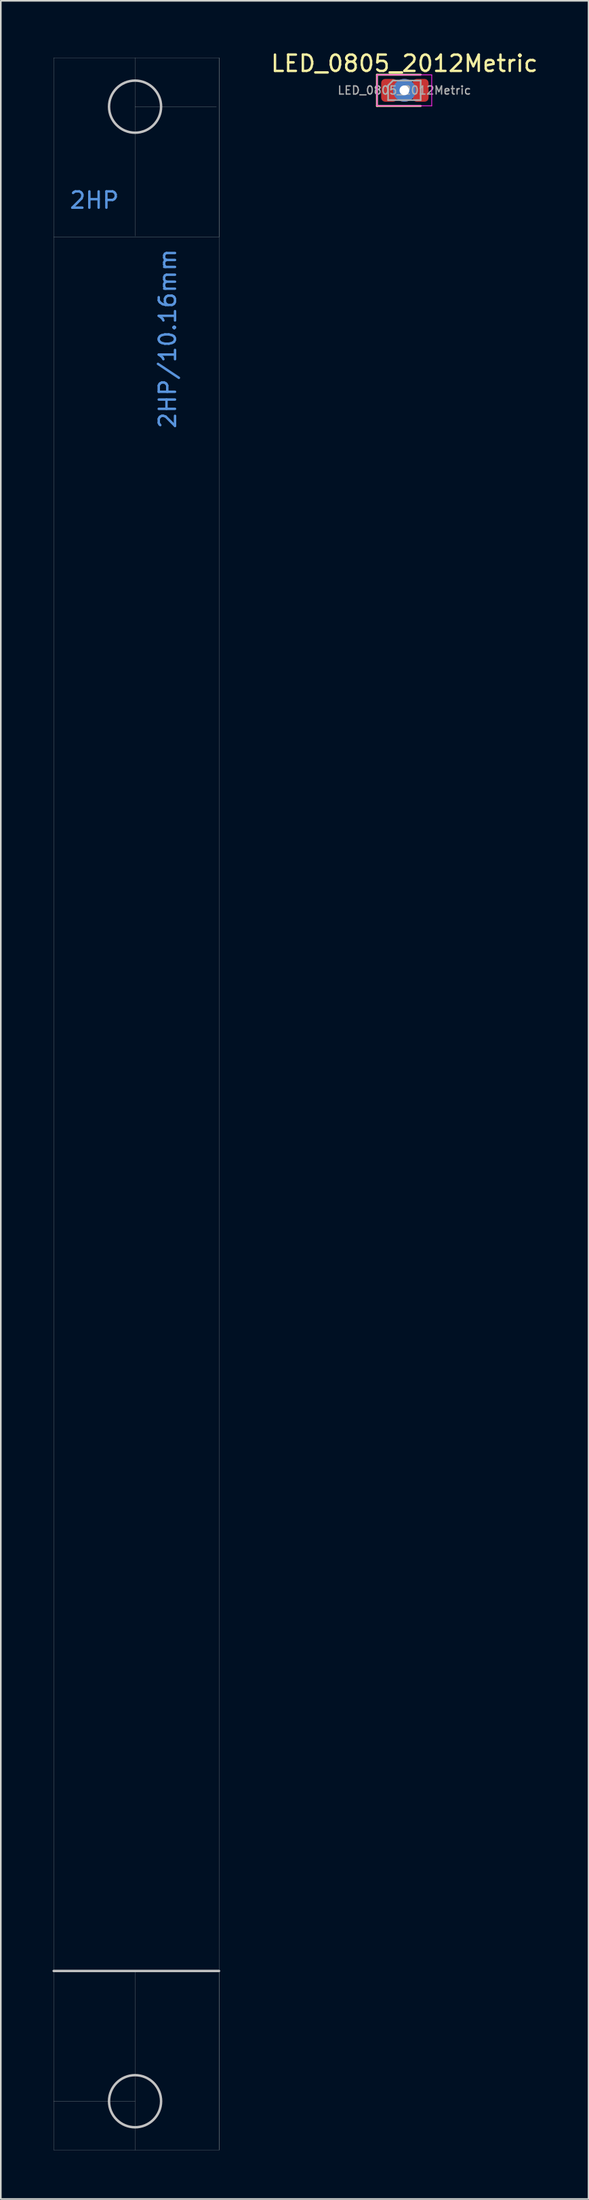
<source format=kicad_pcb>
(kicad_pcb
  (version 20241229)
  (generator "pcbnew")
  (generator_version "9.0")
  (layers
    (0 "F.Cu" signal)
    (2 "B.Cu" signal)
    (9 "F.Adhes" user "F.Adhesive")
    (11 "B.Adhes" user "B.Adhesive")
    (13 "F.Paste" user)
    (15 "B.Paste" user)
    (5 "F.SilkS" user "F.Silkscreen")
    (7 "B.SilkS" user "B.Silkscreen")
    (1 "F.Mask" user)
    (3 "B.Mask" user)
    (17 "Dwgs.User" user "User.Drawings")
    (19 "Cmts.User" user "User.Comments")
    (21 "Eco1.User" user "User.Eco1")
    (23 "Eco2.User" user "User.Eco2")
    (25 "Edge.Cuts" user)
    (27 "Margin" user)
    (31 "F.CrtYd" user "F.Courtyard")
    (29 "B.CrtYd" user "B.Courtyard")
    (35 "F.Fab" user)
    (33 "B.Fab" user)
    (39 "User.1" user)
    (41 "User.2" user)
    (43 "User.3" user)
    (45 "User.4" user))
  (footprint "LED_0805_2012Metric"
    (layer "F.Cu")
    (at 21.8 2.498)
    (property "Reference" "LED_0805_2012Metric" (at 0 -1.65 0) (layer "F.SilkS") (effects (font (size 1 1) (thickness 0.15))))
    (attr smd)
    (fp_line (start -1.685 -0.96) (end -1.685 0.96) (stroke (width 0.12) (type solid)) (layer "F.SilkS"))
    (fp_line (start -1.685 0.96) (end 1 0.96) (stroke (width 0.12) (type solid)) (layer "F.SilkS"))
    (fp_line (start 1 -0.96) (end -1.685 -0.96) (stroke (width 0.12) (type solid)) (layer "F.SilkS"))
    (fp_line (start -1.68 -0.95) (end 1.68 -0.95) (stroke (width 0.05) (type solid)) (layer "F.CrtYd"))
    (fp_line (start -1.68 0.95) (end -1.68 -0.95) (stroke (width 0.05) (type solid)) (layer "F.CrtYd"))
    (fp_line (start 1.68 -0.95) (end 1.68 0.95) (stroke (width 0.05) (type solid)) (layer "F.CrtYd"))
    (fp_line (start 1.68 0.95) (end -1.68 0.95) (stroke (width 0.05) (type solid)) (layer "F.CrtYd"))
    (fp_line (start -1 -0.3) (end -1 0.6) (stroke (width 0.1) (type solid)) (layer "F.Fab"))
    (fp_line (start -1 0.6) (end 1 0.6) (stroke (width 0.1) (type solid)) (layer "F.Fab"))
    (fp_line (start -0.7 -0.6) (end -1 -0.3) (stroke (width 0.1) (type solid)) (layer "F.Fab"))
    (fp_line (start 1 -0.6) (end -0.7 -0.6) (stroke (width 0.1) (type solid)) (layer "F.Fab"))
    (fp_line (start 1 0.6) (end 1 -0.6) (stroke (width 0.1) (type solid)) (layer "F.Fab"))
    (fp_text user "${REFERENCE}" (at 0 0 0) (layer "F.Fab") (effects (font (size 0.5 0.5) (thickness 0.08))))
    (pad "" np_thru_hole circle (at 0 0) (size 1.4 1.4) (drill 0.6) (layers "*.Cu" "*.Mask"))
    (pad "1" smd roundrect (at -0.938 0) (size 0.975 1.4) (layers "F.Cu" "F.Mask" "F.Paste") (roundrect_rratio 0.25))
    (pad "2" smd roundrect (at 1 0) (size 0.975 1.4) (layers "F.Cu" "F.Mask" "F.Paste") (roundrect_rratio 0.25)))
  (footprint "2HP"
    (layer "F.Cu")
    (at 0.25 0.25)
    (property "Reference" "2HP" (at 2.5 9 0) (layer "Cmts.User") (effects (font (size 1 1) (thickness 0.15))))
    (attr through_hole)
    (fp_line (start 0 0.25) (end 0 128.75) (stroke (width 0.01) (type solid)) (layer "Dwgs.User"))
    (fp_line (start 0 0.25) (end 10.16 0.25) (stroke (width 0.01) (type solid)) (layer "Dwgs.User"))
    (fp_line (start 0 11.25) (end 10.16 11.25) (stroke (width 0.01) (type solid)) (layer "Dwgs.User"))
    (fp_line (start 0 117.75) (end 10.16 117.75) (stroke (width 0.15) (type solid)) (layer "Dwgs.User"))
    (fp_line (start 0 128.75) (end 10.16 128.75) (stroke (width 0.01) (type solid)) (layer "Dwgs.User"))
    (fp_line (start 5 3.25) (end 5 0.25) (stroke (width 0.01) (type solid)) (layer "Dwgs.User"))
    (fp_line (start 5 11.2) (end 5 3.25) (stroke (width 0.01) (type solid)) (layer "Dwgs.User"))
    (fp_line (start 5 125.75) (end 0 125.75) (stroke (width 0.01) (type solid)) (layer "Dwgs.User"))
    (fp_line (start 5 125.75) (end 5 117.8) (stroke (width 0.01) (type solid)) (layer "Dwgs.User"))
    (fp_line (start 5 125.75) (end 5 128.75) (stroke (width 0.01) (type solid)) (layer "Dwgs.User"))
    (fp_line (start 10 3.25) (end 5 3.25) (stroke (width 0.01) (type solid)) (layer "Dwgs.User"))
    (fp_line (start 10.16 0.25) (end 10.16 11.25) (stroke (width 0.01) (type solid)) (layer "Dwgs.User"))
    (fp_line (start 10.16 0.25) (end 10.16 128.75) (stroke (width 0.01) (type solid)) (layer "Dwgs.User"))
    (fp_line (start 10.16 117.75) (end 10.16 128.75) (stroke (width 0.01) (type solid)) (layer "Dwgs.User"))
    (fp_circle (center 5 3.25) (end 6.6 3.25) (stroke (width 0.15) (type solid)) (fill no) (layer "Dwgs.User"))
    (fp_circle (center 5 125.75) (end 6.6 125.75) (stroke (width 0.15) (type solid)) (fill no) (layer "Dwgs.User"))
    (fp_text user "2HP/10.16mm" (at 7 17.5 90) (layer "Cmts.User") (effects (font (size 1 1) (thickness 0.15)))))
  (gr_rect
    (start -3 -3)
    (end 33.116 132.005)
    (stroke (width 0.1) (type default))
    (fill no)
    (layer "Edge.Cuts")))
</source>
